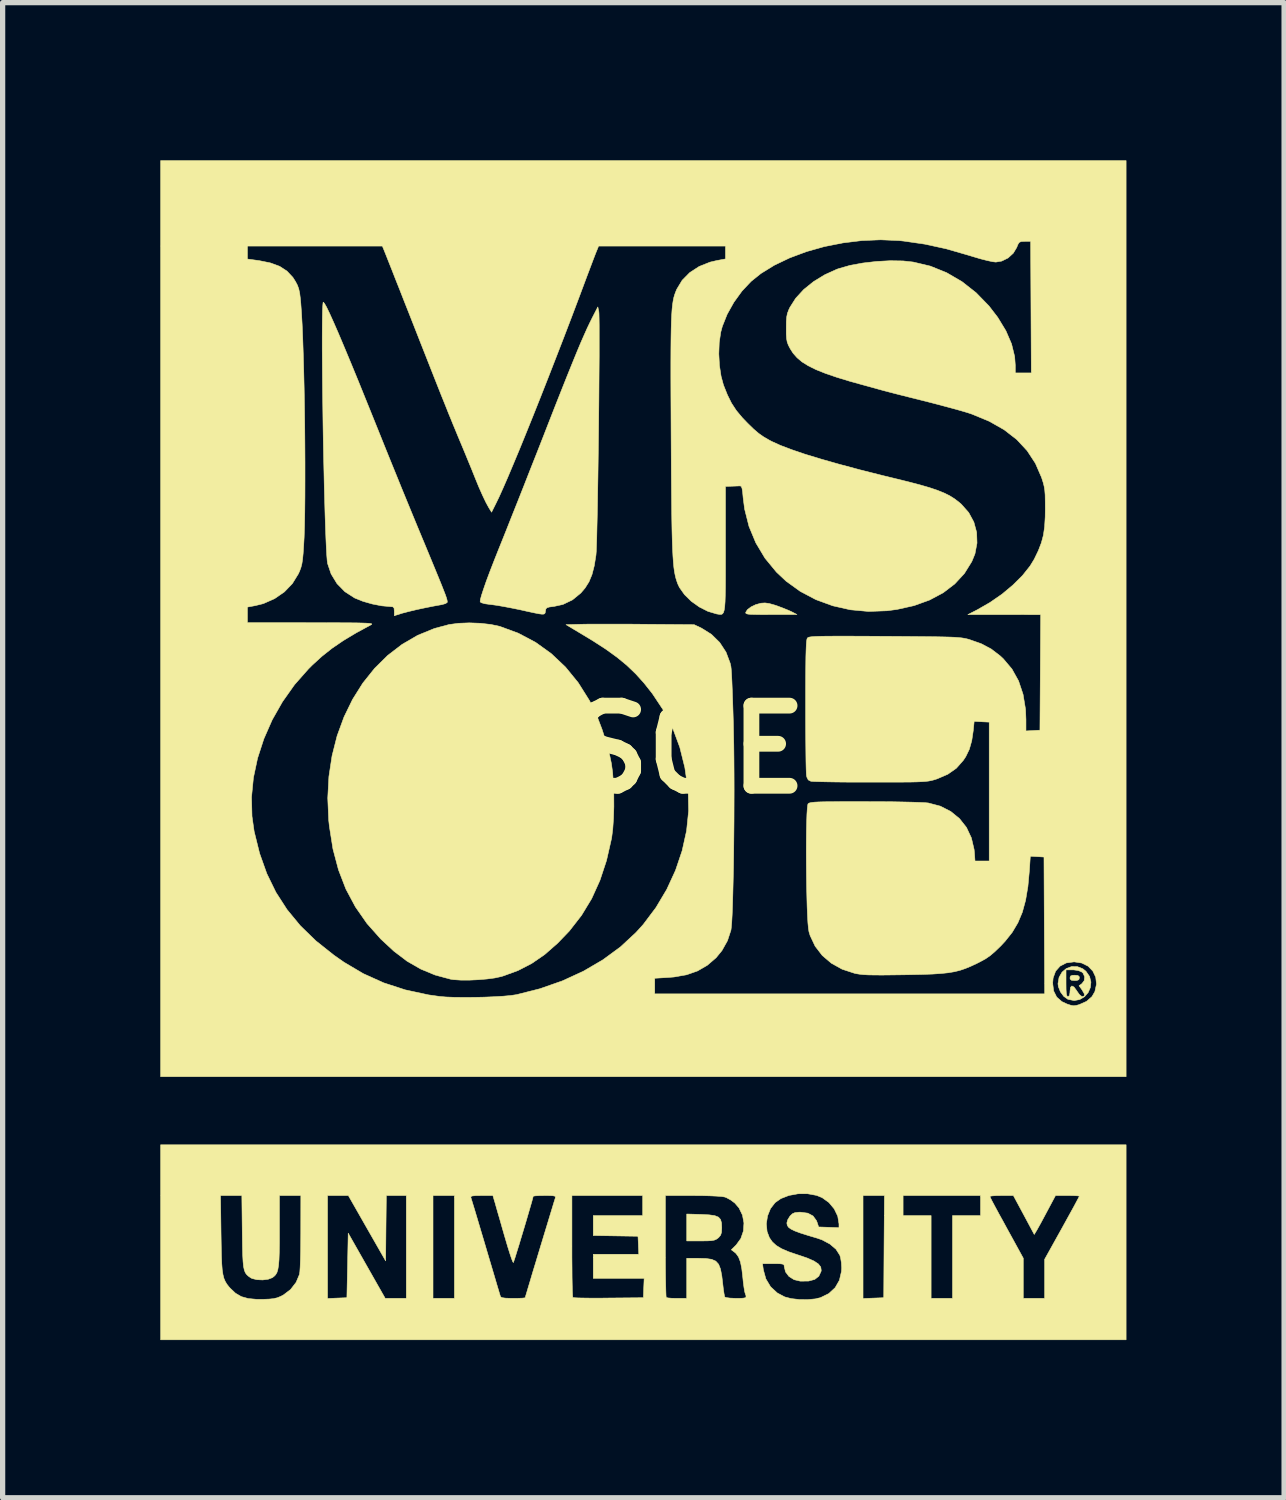
<source format=kicad_pcb>
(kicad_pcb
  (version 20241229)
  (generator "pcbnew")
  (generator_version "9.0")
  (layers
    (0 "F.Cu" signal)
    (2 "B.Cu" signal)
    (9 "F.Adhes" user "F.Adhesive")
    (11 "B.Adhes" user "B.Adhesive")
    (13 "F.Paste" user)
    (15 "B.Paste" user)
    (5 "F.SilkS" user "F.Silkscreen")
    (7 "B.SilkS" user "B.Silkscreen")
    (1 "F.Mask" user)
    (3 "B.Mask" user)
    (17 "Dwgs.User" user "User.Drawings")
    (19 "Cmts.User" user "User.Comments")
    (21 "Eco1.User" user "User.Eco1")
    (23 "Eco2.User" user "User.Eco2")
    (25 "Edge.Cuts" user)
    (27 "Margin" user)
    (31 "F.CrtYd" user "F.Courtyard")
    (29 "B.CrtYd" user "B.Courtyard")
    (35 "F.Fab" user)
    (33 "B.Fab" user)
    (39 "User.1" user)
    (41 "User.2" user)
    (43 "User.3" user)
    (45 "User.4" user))
  (footprint "MSOE"
    (layer "F.Cu")
    (at 9.174 11.206)
    (property "Reference" "MSOE" (at 0 0 0) (layer "F.SilkS") (effects (font (size 1.524 1.524) (thickness 0.3))))
    (attr through_hole)
    (fp_poly (pts (xy 8.278 4.298) (xy 8.303 4.32) (xy 8.306 4.343) (xy 8.296 4.378) (xy 8.257 4.393) (xy 8.217 4.394) (xy 8.156 4.389) (xy 8.131 4.366) (xy 8.128 4.343) (xy 8.138 4.308) (xy 8.177 4.294) (xy 8.217 4.293) (xy 8.278 4.298)) (stroke (width 0.01) (type solid)) (fill yes) (layer "F.SilkS"))
    (fp_poly (pts (xy 1.117 8.843) (xy 1.266 8.851) (xy 1.371 8.866) (xy 1.441 8.894) (xy 1.481 8.939) (xy 1.5 9.006) (xy 1.504 9.096) (xy 1.5 9.181) (xy 1.483 9.236) (xy 1.447 9.28) (xy 1.437 9.289) (xy 1.401 9.315) (xy 1.361 9.332) (xy 1.305 9.342) (xy 1.221 9.346) (xy 1.103 9.347) (xy 0.838 9.347) (xy 0.838 8.835) (xy 1.117 8.843)) (stroke (width 0.01) (type solid)) (fill yes) (layer "F.SilkS"))
    (fp_poly (pts (xy 2.406 -2.777) (xy 2.509 -2.748) (xy 2.56 -2.731) (xy 2.666 -2.691) (xy 2.765 -2.651) (xy 2.838 -2.618) (xy 2.845 -2.614) (xy 2.934 -2.568) (xy 2.443 -2.567) (xy 2.273 -2.566) (xy 2.148 -2.568) (xy 2.06 -2.57) (xy 2.004 -2.575) (xy 1.973 -2.583) (xy 1.961 -2.594) (xy 1.96 -2.609) (xy 1.992 -2.66) (xy 2.06 -2.712) (xy 2.149 -2.755) (xy 2.246 -2.782) (xy 2.251 -2.783) (xy 2.326 -2.788) (xy 2.406 -2.777)) (stroke (width 0.01) (type solid)) (fill yes) (layer "F.SilkS"))
    (fp_poly (pts (xy 8.266 4.129) (xy 8.371 4.17) (xy 8.431 4.218) (xy 8.5 4.317) (xy 8.526 4.423) (xy 8.515 4.527) (xy 8.473 4.623) (xy 8.404 4.702) (xy 8.314 4.755) (xy 8.208 4.775) (xy 8.091 4.752) (xy 8.086 4.75) (xy 8.01 4.696) (xy 7.946 4.61) (xy 7.907 4.512) (xy 7.899 4.455) (xy 7.92 4.333) (xy 7.977 4.234) (xy 8.028 4.191) (xy 8.052 4.191) (xy 8.052 4.445) (xy 8.053 4.563) (xy 8.058 4.639) (xy 8.067 4.681) (xy 8.082 4.698) (xy 8.09 4.699) (xy 8.116 4.682) (xy 8.127 4.627) (xy 8.128 4.597) (xy 8.137 4.524) (xy 8.163 4.497) (xy 8.203 4.517) (xy 8.253 4.584) (xy 8.261 4.597) (xy 8.306 4.66) (xy 8.349 4.695) (xy 8.363 4.699) (xy 8.401 4.686) (xy 8.4 4.647) (xy 8.36 4.577) (xy 8.354 4.568) (xy 8.3 4.492) (xy 8.354 4.454) (xy 8.398 4.396) (xy 8.406 4.323) (xy 8.377 4.255) (xy 8.351 4.231) (xy 8.289 4.205) (xy 8.202 4.192) (xy 8.173 4.191) (xy 8.052 4.191) (xy 8.028 4.191) (xy 8.059 4.165) (xy 8.159 4.128) (xy 8.266 4.129)) (stroke (width 0.01) (type solid)) (fill yes) (layer "F.SilkS"))
    (fp_poly (pts (xy -3.086 -2.401) (xy -2.886 -2.378) (xy -2.718 -2.342) (xy -2.365 -2.212) (xy -2.038 -2.039) (xy -1.739 -1.824) (xy -1.468 -1.568) (xy -1.226 -1.271) (xy -1.014 -0.934) (xy -0.957 -0.826) (xy -0.863 -0.619) (xy -0.772 -0.381) (xy -0.692 -0.131) (xy -0.627 0.112) (xy -0.595 0.267) (xy -0.572 0.434) (xy -0.557 0.636) (xy -0.549 0.859) (xy -0.548 1.088) (xy -0.555 1.31) (xy -0.569 1.512) (xy -0.59 1.678) (xy -0.593 1.694) (xy -0.688 2.111) (xy -0.813 2.489) (xy -0.97 2.836) (xy -1.163 3.154) (xy -1.394 3.451) (xy -1.618 3.684) (xy -1.863 3.899) (xy -2.11 4.069) (xy -2.371 4.204) (xy -2.656 4.308) (xy -2.694 4.319) (xy -2.813 4.345) (xy -2.964 4.365) (xy -3.133 4.379) (xy -3.305 4.387) (xy -3.465 4.386) (xy -3.598 4.377) (xy -3.656 4.368) (xy -3.949 4.289) (xy -4.221 4.176) (xy -4.48 4.027) (xy -4.733 3.835) (xy -4.982 3.604) (xy -5.244 3.309) (xy -5.464 2.993) (xy -5.645 2.654) (xy -5.786 2.288) (xy -5.891 1.892) (xy -5.959 1.462) (xy -5.972 1.343) (xy -5.99 0.923) (xy -5.968 0.514) (xy -5.908 0.119) (xy -5.812 -0.26) (xy -5.681 -0.618) (xy -5.518 -0.953) (xy -5.324 -1.262) (xy -5.101 -1.541) (xy -4.852 -1.788) (xy -4.577 -1.999) (xy -4.28 -2.172) (xy -3.962 -2.302) (xy -3.682 -2.377) (xy -3.502 -2.401) (xy -3.298 -2.409) (xy -3.086 -2.401)) (stroke (width 0.01) (type solid)) (fill yes) (layer "F.SilkS"))
    (fp_poly (pts (xy -6.053 -8.485) (xy -6.013 -8.415) (xy -5.956 -8.297) (xy -5.881 -8.131) (xy -5.788 -7.918) (xy -5.678 -7.658) (xy -5.55 -7.351) (xy -5.404 -6.996) (xy -5.241 -6.593) (xy -5.168 -6.413) (xy -5.025 -6.058) (xy -4.898 -5.742) (xy -4.783 -5.458) (xy -4.678 -5.2) (xy -4.58 -4.958) (xy -4.485 -4.727) (xy -4.391 -4.498) (xy -4.294 -4.263) (xy -4.192 -4.017) (xy -4.153 -3.924) (xy -4.047 -3.668) (xy -3.959 -3.455) (xy -3.887 -3.28) (xy -3.83 -3.14) (xy -3.787 -3.031) (xy -3.755 -2.949) (xy -3.734 -2.889) (xy -3.722 -2.847) (xy -3.717 -2.82) (xy -3.717 -2.804) (xy -3.72 -2.795) (xy -3.753 -2.775) (xy -3.815 -2.757) (xy -3.83 -2.754) (xy -3.985 -2.726) (xy -4.149 -2.693) (xy -4.309 -2.659) (xy -4.449 -2.625) (xy -4.557 -2.597) (xy -4.578 -2.591) (xy -4.724 -2.545) (xy -4.724 -2.632) (xy -4.729 -2.69) (xy -4.752 -2.714) (xy -4.807 -2.719) (xy -4.964 -2.733) (xy -5.143 -2.768) (xy -5.319 -2.818) (xy -5.471 -2.879) (xy -5.478 -2.882) (xy -5.663 -3.001) (xy -5.814 -3.155) (xy -5.926 -3.339) (xy -5.993 -3.537) (xy -6.001 -3.595) (xy -6.009 -3.697) (xy -6.017 -3.839) (xy -6.025 -4.015) (xy -6.033 -4.223) (xy -6.041 -4.458) (xy -6.048 -4.715) (xy -6.056 -4.991) (xy -6.062 -5.281) (xy -6.069 -5.581) (xy -6.075 -5.887) (xy -6.08 -6.195) (xy -6.084 -6.501) (xy -6.088 -6.8) (xy -6.091 -7.088) (xy -6.093 -7.361) (xy -6.095 -7.615) (xy -6.095 -7.845) (xy -6.094 -8.048) (xy -6.092 -8.22) (xy -6.089 -8.355) (xy -6.084 -8.45) (xy -6.079 -8.501) (xy -6.075 -8.509) (xy -6.053 -8.485)) (stroke (width 0.01) (type solid)) (fill yes) (layer "F.SilkS"))
    (fp_poly (pts (xy -0.834 -8.33) (xy -0.831 -8.288) (xy -0.829 -8.2) (xy -0.827 -8.071) (xy -0.827 -7.904) (xy -0.827 -7.704) (xy -0.827 -7.477) (xy -0.829 -7.226) (xy -0.831 -6.955) (xy -0.833 -6.67) (xy -0.836 -6.375) (xy -0.839 -6.075) (xy -0.843 -5.774) (xy -0.847 -5.476) (xy -0.851 -5.186) (xy -0.856 -4.909) (xy -0.86 -4.649) (xy -0.865 -4.411) (xy -0.87 -4.199) (xy -0.874 -4.018) (xy -0.879 -3.872) (xy -0.883 -3.765) (xy -0.888 -3.704) (xy -0.888 -3.7) (xy -0.921 -3.494) (xy -0.964 -3.328) (xy -1.021 -3.19) (xy -1.096 -3.071) (xy -1.177 -2.976) (xy -1.336 -2.846) (xy -1.517 -2.759) (xy -1.686 -2.722) (xy -1.772 -2.711) (xy -1.819 -2.697) (xy -1.841 -2.675) (xy -1.849 -2.636) (xy -1.85 -2.635) (xy -1.853 -2.607) (xy -1.861 -2.587) (xy -1.879 -2.576) (xy -1.915 -2.574) (xy -1.976 -2.582) (xy -2.067 -2.6) (xy -2.197 -2.628) (xy -2.321 -2.656) (xy -2.472 -2.687) (xy -2.623 -2.716) (xy -2.759 -2.74) (xy -2.866 -2.755) (xy -2.888 -2.757) (xy -3.004 -2.773) (xy -3.072 -2.793) (xy -3.091 -2.81) (xy -3.088 -2.849) (xy -3.066 -2.931) (xy -3.027 -3.05) (xy -2.974 -3.203) (xy -2.906 -3.385) (xy -2.826 -3.591) (xy -2.749 -3.785) (xy -2.677 -3.964) (xy -2.589 -4.184) (xy -2.489 -4.437) (xy -2.378 -4.715) (xy -2.26 -5.013) (xy -2.139 -5.322) (xy -2.015 -5.635) (xy -1.893 -5.946) (xy -1.8 -6.185) (xy -1.661 -6.54) (xy -1.538 -6.851) (xy -1.43 -7.122) (xy -1.335 -7.357) (xy -1.252 -7.56) (xy -1.179 -7.734) (xy -1.114 -7.882) (xy -1.057 -8.01) (xy -1.005 -8.119) (xy -0.957 -8.216) (xy -0.957 -8.216) (xy -0.853 -8.418) (xy -0.834 -8.33)) (stroke (width 0.01) (type solid)) (fill yes) (layer "F.SilkS"))
    (fp_poly (pts (xy 9.195 11.227) (xy -9.169 11.227) (xy -9.169 8.484) (xy -8.03 8.484) (xy -8.02 9.214) (xy -8.016 9.445) (xy -8.012 9.632) (xy -8.006 9.78) (xy -7.997 9.897) (xy -7.983 9.988) (xy -7.965 10.059) (xy -7.94 10.117) (xy -7.909 10.169) (xy -7.869 10.22) (xy -7.843 10.249) (xy -7.744 10.342) (xy -7.634 10.406) (xy -7.502 10.443) (xy -7.338 10.458) (xy -7.226 10.458) (xy -7.103 10.453) (xy -7.015 10.444) (xy -6.947 10.427) (xy -6.882 10.4) (xy -6.834 10.375) (xy -6.698 10.272) (xy -6.592 10.135) (xy -6.528 9.983) (xy -6.521 9.934) (xy -6.515 9.843) (xy -6.51 9.715) (xy -6.506 9.56) (xy -6.504 9.384) (xy -6.503 9.195) (xy -6.503 9.188) (xy -6.502 8.484) (xy -5.994 8.484) (xy -5.994 10.442) (xy -5.81 10.434) (xy -5.626 10.427) (xy -5.613 9.813) (xy -5.601 9.199) (xy -5.249 9.819) (xy -4.897 10.439) (xy -4.496 10.439) (xy -4.496 8.484) (xy -3.988 8.484) (xy -3.988 10.439) (xy -3.581 10.439) (xy -3.581 8.517) (xy -3.269 8.517) (xy -3.258 8.552) (xy -3.234 8.631) (xy -3.197 8.752) (xy -3.15 8.909) (xy -3.093 9.101) (xy -3.027 9.322) (xy -2.954 9.569) (xy -2.874 9.838) (xy -2.816 10.033) (xy -2.779 10.159) (xy -2.746 10.269) (xy -2.721 10.353) (xy -2.706 10.401) (xy -2.704 10.408) (xy -2.679 10.425) (xy -2.613 10.435) (xy -2.502 10.439) (xy -2.465 10.439) (xy -2.364 10.438) (xy -2.285 10.435) (xy -2.241 10.429) (xy -2.235 10.427) (xy -2.228 10.401) (xy -2.208 10.334) (xy -2.177 10.23) (xy -2.137 10.097) (xy -2.091 9.941) (xy -2.038 9.768) (xy -1.983 9.585) (xy -1.926 9.397) (xy -1.87 9.212) (xy -1.816 9.035) (xy -1.767 8.873) (xy -1.724 8.732) (xy -1.69 8.619) (xy -1.665 8.54) (xy -1.662 8.528) (xy -1.66 8.507) (xy -1.676 8.493) (xy -1.721 8.486) (xy -1.802 8.484) (xy -1.865 8.484) (xy -1.346 8.484) (xy -1.346 9.445) (xy -1.346 9.661) (xy -1.344 9.861) (xy -1.343 10.039) (xy -1.34 10.19) (xy -1.337 10.308) (xy -1.333 10.387) (xy -1.329 10.422) (xy -1.329 10.423) (xy -1.3 10.427) (xy -1.227 10.431) (xy -1.117 10.433) (xy -0.977 10.435) (xy -0.813 10.435) (xy -0.649 10.433) (xy 0.013 10.427) (xy 0.02 10.243) (xy 0.028 10.058) (xy -0.94 10.058) (xy -0.94 9.601) (xy -0.074 9.601) (xy -0.081 9.445) (xy 0.432 9.445) (xy 0.432 9.661) (xy 0.433 9.861) (xy 0.435 10.039) (xy 0.438 10.19) (xy 0.441 10.308) (xy 0.444 10.387) (xy 0.448 10.422) (xy 0.449 10.422) (xy 0.481 10.431) (xy 0.549 10.437) (xy 0.641 10.439) (xy 0.652 10.439) (xy 0.838 10.439) (xy 0.838 9.677) (xy 1.055 9.677) (xy 1.202 9.681) (xy 1.312 9.697) (xy 1.39 9.731) (xy 1.444 9.79) (xy 1.48 9.881) (xy 1.505 10.011) (xy 1.522 10.154) (xy 1.534 10.259) (xy 1.547 10.346) (xy 1.558 10.402) (xy 1.562 10.414) (xy 1.593 10.425) (xy 1.659 10.434) (xy 1.743 10.438) (xy 1.832 10.439) (xy 1.908 10.436) (xy 1.956 10.427) (xy 1.963 10.423) (xy 1.966 10.391) (xy 1.954 10.36) (xy 1.941 10.315) (xy 1.927 10.233) (xy 1.913 10.127) (xy 1.905 10.047) (xy 1.885 9.875) (xy 1.866 9.779) (xy 2.279 9.779) (xy 2.295 9.895) (xy 2.343 10.069) (xy 2.433 10.219) (xy 2.561 10.337) (xy 2.703 10.412) (xy 2.826 10.444) (xy 2.977 10.461) (xy 3.137 10.463) (xy 3.285 10.449) (xy 3.381 10.426) (xy 3.54 10.348) (xy 3.661 10.236) (xy 3.742 10.095) (xy 3.781 9.927) (xy 3.785 9.859) (xy 3.779 9.759) (xy 3.764 9.667) (xy 3.75 9.619) (xy 3.677 9.505) (xy 3.561 9.406) (xy 3.413 9.327) (xy 3.322 9.295) (xy 3.137 9.24) (xy 2.995 9.195) (xy 2.891 9.156) (xy 2.82 9.121) (xy 2.775 9.088) (xy 2.751 9.052) (xy 2.743 9.012) (xy 2.743 9.002) (xy 2.759 8.944) (xy 2.799 8.879) (xy 2.804 8.872) (xy 2.848 8.83) (xy 2.896 8.809) (xy 2.969 8.801) (xy 3.006 8.801) (xy 3.141 8.819) (xy 3.24 8.872) (xy 3.306 8.962) (xy 3.318 8.994) (xy 3.347 9.081) (xy 3.734 9.095) (xy 3.734 9.023) (xy 3.71 8.876) (xy 3.643 8.737) (xy 3.542 8.616) (xy 3.414 8.524) (xy 3.316 8.484) (xy 4.191 8.484) (xy 4.191 10.442) (xy 4.585 10.427) (xy 4.591 9.455) (xy 4.598 8.484) (xy 4.953 8.484) (xy 4.953 8.865) (xy 5.486 8.865) (xy 5.486 10.439) (xy 5.893 10.439) (xy 5.893 8.865) (xy 6.426 8.865) (xy 6.426 8.501) (xy 6.604 8.501) (xy 6.616 8.528) (xy 6.647 8.591) (xy 6.695 8.681) (xy 6.754 8.79) (xy 6.772 8.824) (xy 6.853 8.97) (xy 6.941 9.132) (xy 7.027 9.288) (xy 7.09 9.403) (xy 7.239 9.675) (xy 7.239 10.439) (xy 7.645 10.439) (xy 7.645 9.697) (xy 7.976 9.102) (xy 8.063 8.944) (xy 8.142 8.801) (xy 8.209 8.679) (xy 8.26 8.583) (xy 8.294 8.52) (xy 8.306 8.495) (xy 8.306 8.495) (xy 8.282 8.49) (xy 8.219 8.486) (xy 8.128 8.484) (xy 8.079 8.484) (xy 7.852 8.484) (xy 7.693 8.782) (xy 7.63 8.9) (xy 7.572 9.008) (xy 7.524 9.094) (xy 7.494 9.148) (xy 7.491 9.152) (xy 7.448 9.224) (xy 7.25 8.854) (xy 7.051 8.484) (xy 6.827 8.484) (xy 6.728 8.485) (xy 6.651 8.49) (xy 6.609 8.497) (xy 6.604 8.501) (xy 6.426 8.501) (xy 6.426 8.484) (xy 4.953 8.484) (xy 4.598 8.484) (xy 4.191 8.484) (xy 3.316 8.484) (xy 3.309 8.481) (xy 3.134 8.449) (xy 2.954 8.45) (xy 2.781 8.482) (xy 2.629 8.541) (xy 2.519 8.618) (xy 2.431 8.732) (xy 2.375 8.871) (xy 2.352 9.021) (xy 2.366 9.168) (xy 2.41 9.285) (xy 2.466 9.365) (xy 2.54 9.433) (xy 2.64 9.494) (xy 2.774 9.552) (xy 2.95 9.612) (xy 2.958 9.614) (xy 3.131 9.673) (xy 3.258 9.729) (xy 3.342 9.785) (xy 3.387 9.843) (xy 3.396 9.906) (xy 3.393 9.926) (xy 3.35 10.018) (xy 3.272 10.079) (xy 3.156 10.11) (xy 3 10.112) (xy 2.999 10.112) (xy 2.88 10.084) (xy 2.782 10.022) (xy 2.717 9.936) (xy 2.692 9.833) (xy 2.692 9.831) (xy 2.689 9.805) (xy 2.67 9.79) (xy 2.627 9.782) (xy 2.549 9.779) (xy 2.486 9.779) (xy 2.279 9.779) (xy 1.866 9.779) (xy 1.859 9.746) (xy 1.823 9.652) (xy 1.775 9.585) (xy 1.747 9.561) (xy 1.686 9.515) (xy 1.779 9.423) (xy 1.867 9.301) (xy 1.916 9.158) (xy 1.926 9.006) (xy 1.898 8.856) (xy 1.832 8.719) (xy 1.752 8.626) (xy 1.674 8.568) (xy 1.59 8.522) (xy 1.558 8.511) (xy 1.502 8.502) (xy 1.405 8.495) (xy 1.277 8.489) (xy 1.126 8.485) (xy 0.962 8.484) (xy 0.946 8.484) (xy 0.432 8.484) (xy 0.432 9.445) (xy -0.081 9.445) (xy -0.081 9.43) (xy -0.089 9.258) (xy -0.514 9.251) (xy -0.94 9.244) (xy -0.94 8.865) (xy 0 8.865) (xy 0 8.484) (xy -1.346 8.484) (xy -1.865 8.484) (xy -1.963 8.485) (xy -2.038 8.489) (xy -2.079 8.495) (xy -2.083 8.498) (xy -2.09 8.529) (xy -2.109 8.6) (xy -2.139 8.703) (xy -2.176 8.83) (xy -2.218 8.974) (xy -2.263 9.125) (xy -2.309 9.277) (xy -2.352 9.421) (xy -2.392 9.549) (xy -2.424 9.653) (xy -2.448 9.725) (xy -2.46 9.758) (xy -2.46 9.759) (xy -2.472 9.741) (xy -2.495 9.681) (xy -2.527 9.585) (xy -2.566 9.461) (xy -2.609 9.315) (xy -2.628 9.251) (xy -2.675 9.087) (xy -2.719 8.932) (xy -2.759 8.796) (xy -2.79 8.687) (xy -2.81 8.615) (xy -2.814 8.604) (xy -2.849 8.484) (xy -3.065 8.484) (xy -3.173 8.485) (xy -3.238 8.491) (xy -3.267 8.503) (xy -3.269 8.517) (xy -3.581 8.517) (xy -3.581 8.484) (xy -3.988 8.484) (xy -4.496 8.484) (xy -4.876 8.484) (xy -4.883 9.105) (xy -4.889 9.726) (xy -5.244 9.105) (xy -5.598 8.484) (xy -5.994 8.484) (xy -6.502 8.484) (xy -6.909 8.484) (xy -6.909 9.158) (xy -6.909 9.382) (xy -6.912 9.562) (xy -6.917 9.703) (xy -6.926 9.81) (xy -6.939 9.89) (xy -6.957 9.949) (xy -6.982 9.991) (xy -7.014 10.023) (xy -7.045 10.046) (xy -7.124 10.076) (xy -7.228 10.089) (xy -7.337 10.084) (xy -7.428 10.062) (xy -7.454 10.049) (xy -7.497 10.019) (xy -7.531 9.988) (xy -7.558 9.951) (xy -7.577 9.901) (xy -7.592 9.832) (xy -7.601 9.739) (xy -7.608 9.614) (xy -7.612 9.453) (xy -7.615 9.249) (xy -7.616 9.177) (xy -7.624 8.484) (xy -8.03 8.484) (xy -9.169 8.484) (xy -9.169 7.518) (xy 9.195 7.518) (xy 9.195 11.227)) (stroke (width 0.01) (type solid)) (fill yes) (layer "F.SilkS"))
    (fp_poly (pts (xy 9.195 6.223) (xy -9.169 6.223) (xy -9.169 -9.576) (xy -7.518 -9.576) (xy -7.518 -9.329) (xy -7.296 -9.299) (xy -7.08 -9.255) (xy -6.906 -9.191) (xy -6.766 -9.1) (xy -6.654 -8.981) (xy -6.604 -8.902) (xy -6.567 -8.832) (xy -6.542 -8.763) (xy -6.524 -8.68) (xy -6.51 -8.569) (xy -6.503 -8.492) (xy -6.49 -8.311) (xy -6.477 -8.085) (xy -6.466 -7.822) (xy -6.456 -7.527) (xy -6.447 -7.208) (xy -6.439 -6.87) (xy -6.433 -6.519) (xy -6.428 -6.163) (xy -6.425 -5.808) (xy -6.423 -5.459) (xy -6.423 -5.123) (xy -6.424 -4.808) (xy -6.427 -4.517) (xy -6.432 -4.26) (xy -6.439 -4.041) (xy -6.448 -3.881) (xy -6.458 -3.729) (xy -6.469 -3.617) (xy -6.482 -3.532) (xy -6.5 -3.462) (xy -6.524 -3.396) (xy -6.549 -3.341) (xy -6.663 -3.156) (xy -6.816 -2.997) (xy -7.002 -2.869) (xy -7.213 -2.776) (xy -7.367 -2.737) (xy -7.518 -2.709) (xy -7.518 -2.413) (xy -6.306 -2.412) (xy -6.026 -2.412) (xy -5.793 -2.411) (xy -5.604 -2.41) (xy -5.453 -2.409) (xy -5.338 -2.406) (xy -5.254 -2.403) (xy -5.198 -2.399) (xy -5.165 -2.394) (xy -5.152 -2.388) (xy -5.155 -2.38) (xy -5.169 -2.371) (xy -5.451 -2.218) (xy -5.694 -2.072) (xy -5.908 -1.926) (xy -6.101 -1.773) (xy -6.284 -1.606) (xy -6.356 -1.534) (xy -6.621 -1.234) (xy -6.851 -0.909) (xy -7.047 -0.564) (xy -7.205 -0.204) (xy -7.325 0.165) (xy -7.404 0.537) (xy -7.44 0.907) (xy -7.431 1.27) (xy -7.39 1.558) (xy -7.286 1.977) (xy -7.149 2.361) (xy -6.976 2.716) (xy -6.764 3.045) (xy -6.512 3.351) (xy -6.216 3.639) (xy -5.874 3.911) (xy -5.681 4.046) (xy -5.314 4.263) (xy -4.926 4.438) (xy -4.514 4.572) (xy -4.073 4.667) (xy -3.861 4.697) (xy -3.742 4.707) (xy -3.587 4.713) (xy -3.407 4.715) (xy -3.213 4.714) (xy -3.016 4.71) (xy -2.826 4.702) (xy -2.654 4.692) (xy -2.511 4.679) (xy -2.408 4.664) (xy -2.405 4.664) (xy -1.954 4.55) (xy -1.526 4.4) (xy -1.126 4.216) (xy -0.757 4) (xy -0.422 3.754) (xy -0.127 3.48) (xy 0.009 3.33) (xy 0.252 3.007) (xy 0.458 2.661) (xy 0.625 2.298) (xy 0.751 1.924) (xy 0.835 1.545) (xy 0.874 1.167) (xy 0.866 0.796) (xy 0.862 0.762) (xy 0.802 0.343) (xy 0.706 -0.042) (xy 0.573 -0.401) (xy 0.401 -0.737) (xy 0.188 -1.058) (xy 0.18 -1.069) (xy 0.025 -1.265) (xy -0.133 -1.44) (xy -0.301 -1.601) (xy -0.487 -1.754) (xy -0.7 -1.908) (xy -0.949 -2.069) (xy -1.091 -2.155) (xy -1.458 -2.375) (xy -1.18 -2.382) (xy -1.089 -2.384) (xy -0.955 -2.385) (xy -0.786 -2.385) (xy -0.59 -2.385) (xy -0.376 -2.385) (xy -0.151 -2.384) (xy 0.038 -2.382) (xy 0.978 -2.375) (xy 1.118 -2.309) (xy 1.307 -2.191) (xy 1.464 -2.037) (xy 1.585 -1.852) (xy 1.664 -1.642) (xy 1.677 -1.587) (xy 1.683 -1.536) (xy 1.69 -1.439) (xy 1.697 -1.303) (xy 1.704 -1.134) (xy 1.711 -0.938) (xy 1.718 -0.721) (xy 1.725 -0.488) (xy 1.728 -0.33) (xy 1.733 -0.086) (xy 1.736 0.18) (xy 1.738 0.463) (xy 1.739 0.758) (xy 1.738 1.06) (xy 1.737 1.364) (xy 1.734 1.665) (xy 1.731 1.959) (xy 1.727 2.24) (xy 1.721 2.503) (xy 1.715 2.744) (xy 1.709 2.958) (xy 1.702 3.14) (xy 1.694 3.284) (xy 1.685 3.387) (xy 1.679 3.435) (xy 1.613 3.636) (xy 1.508 3.824) (xy 1.396 3.961) (xy 1.228 4.105) (xy 1.043 4.212) (xy 0.834 4.285) (xy 0.593 4.327) (xy 0.49 4.335) (xy 0.229 4.351) (xy 0.229 4.648) (xy 7.646 4.648) (xy 7.645 4.445) (xy 7.798 4.445) (xy 7.817 4.593) (xy 7.875 4.709) (xy 7.973 4.795) (xy 8.069 4.84) (xy 8.145 4.865) (xy 8.197 4.874) (xy 8.25 4.867) (xy 8.303 4.852) (xy 8.441 4.791) (xy 8.545 4.701) (xy 8.601 4.604) (xy 8.632 4.462) (xy 8.617 4.33) (xy 8.562 4.214) (xy 8.472 4.121) (xy 8.351 4.061) (xy 8.207 4.039) (xy 8.206 4.039) (xy 8.057 4.059) (xy 7.939 4.12) (xy 7.854 4.216) (xy 7.807 4.345) (xy 7.798 4.445) (xy 7.645 4.445) (xy 7.639 3.346) (xy 7.633 2.045) (xy 7.503 2.037) (xy 7.373 2.03) (xy 7.355 2.304) (xy 7.327 2.607) (xy 7.283 2.868) (xy 7.221 3.095) (xy 7.137 3.295) (xy 7.029 3.477) (xy 6.894 3.647) (xy 6.81 3.737) (xy 6.701 3.842) (xy 6.61 3.92) (xy 6.52 3.982) (xy 6.415 4.039) (xy 6.35 4.072) (xy 6.238 4.124) (xy 6.136 4.166) (xy 6.036 4.2) (xy 5.931 4.226) (xy 5.814 4.246) (xy 5.678 4.26) (xy 5.516 4.271) (xy 5.32 4.278) (xy 5.084 4.283) (xy 4.966 4.285) (xy 4.738 4.288) (xy 4.554 4.29) (xy 4.407 4.289) (xy 4.292 4.287) (xy 4.201 4.282) (xy 4.127 4.274) (xy 4.064 4.264) (xy 4.029 4.256) (xy 3.794 4.179) (xy 3.589 4.065) (xy 3.416 3.918) (xy 3.28 3.741) (xy 3.185 3.539) (xy 3.163 3.467) (xy 3.153 3.404) (xy 3.143 3.299) (xy 3.135 3.161) (xy 3.128 2.993) (xy 3.123 2.803) (xy 3.118 2.598) (xy 3.115 2.382) (xy 3.113 2.163) (xy 3.112 1.947) (xy 3.113 1.739) (xy 3.115 1.547) (xy 3.119 1.376) (xy 3.124 1.233) (xy 3.131 1.123) (xy 3.139 1.054) (xy 3.146 1.032) (xy 3.159 1.022) (xy 3.181 1.014) (xy 3.217 1.007) (xy 3.272 1.001) (xy 3.35 0.997) (xy 3.456 0.994) (xy 3.594 0.993) (xy 3.77 0.991) (xy 3.988 0.991) (xy 4.226 0.991) (xy 4.477 0.992) (xy 4.712 0.993) (xy 4.924 0.997) (xy 5.108 1.001) (xy 5.259 1.006) (xy 5.369 1.011) (xy 5.435 1.017) (xy 5.436 1.018) (xy 5.661 1.077) (xy 5.859 1.178) (xy 6.026 1.314) (xy 6.159 1.483) (xy 6.252 1.681) (xy 6.304 1.902) (xy 6.31 1.965) (xy 6.321 2.121) (xy 6.591 2.121) (xy 6.591 -0.521) (xy 6.448 -0.528) (xy 6.305 -0.536) (xy 6.288 -0.363) (xy 6.259 -0.167) (xy 6.213 -0.005) (xy 6.145 0.136) (xy 6.097 0.208) (xy 5.966 0.356) (xy 5.804 0.47) (xy 5.605 0.556) (xy 5.576 0.566) (xy 5.53 0.58) (xy 5.486 0.591) (xy 5.438 0.6) (xy 5.38 0.607) (xy 5.307 0.612) (xy 5.215 0.616) (xy 5.097 0.619) (xy 4.948 0.62) (xy 4.763 0.621) (xy 4.537 0.621) (xy 4.331 0.621) (xy 4.1 0.621) (xy 3.884 0.62) (xy 3.687 0.618) (xy 3.516 0.615) (xy 3.375 0.612) (xy 3.272 0.609) (xy 3.21 0.605) (xy 3.197 0.603) (xy 3.149 0.578) (xy 3.123 0.526) (xy 3.115 0.489) (xy 3.112 0.445) (xy 3.109 0.356) (xy 3.106 0.226) (xy 3.104 0.062) (xy 3.102 -0.132) (xy 3.1 -0.349) (xy 3.099 -0.584) (xy 3.099 -0.833) (xy 3.099 -0.84) (xy 3.099 -1.137) (xy 3.1 -1.388) (xy 3.102 -1.594) (xy 3.104 -1.761) (xy 3.108 -1.891) (xy 3.112 -1.988) (xy 3.117 -2.056) (xy 3.124 -2.098) (xy 3.131 -2.117) (xy 3.141 -2.127) (xy 3.157 -2.135) (xy 3.184 -2.141) (xy 3.225 -2.146) (xy 3.286 -2.15) (xy 3.369 -2.153) (xy 3.478 -2.155) (xy 3.618 -2.156) (xy 3.792 -2.157) (xy 4.005 -2.156) (xy 4.261 -2.155) (xy 4.563 -2.153) (xy 4.598 -2.153) (xy 4.906 -2.151) (xy 5.167 -2.149) (xy 5.386 -2.147) (xy 5.568 -2.145) (xy 5.717 -2.142) (xy 5.837 -2.139) (xy 5.932 -2.135) (xy 6.008 -2.129) (xy 6.069 -2.123) (xy 6.118 -2.115) (xy 6.161 -2.106) (xy 6.201 -2.096) (xy 6.213 -2.092) (xy 6.438 -2.013) (xy 6.629 -1.912) (xy 6.801 -1.78) (xy 6.858 -1.727) (xy 7.023 -1.532) (xy 7.149 -1.306) (xy 7.235 -1.049) (xy 7.282 -0.765) (xy 7.29 -0.571) (xy 7.29 -0.353) (xy 7.556 -0.368) (xy 7.563 -1.467) (xy 7.57 -2.565) (xy 6.877 -2.566) (xy 6.185 -2.566) (xy 6.363 -2.657) (xy 6.605 -2.796) (xy 6.835 -2.955) (xy 7.043 -3.129) (xy 7.224 -3.309) (xy 7.368 -3.49) (xy 7.447 -3.619) (xy 7.526 -3.783) (xy 7.583 -3.931) (xy 7.622 -4.077) (xy 7.645 -4.237) (xy 7.656 -4.423) (xy 7.658 -4.572) (xy 7.657 -4.726) (xy 7.655 -4.842) (xy 7.648 -4.931) (xy 7.636 -5.005) (xy 7.618 -5.077) (xy 7.592 -5.158) (xy 7.587 -5.174) (xy 7.47 -5.443) (xy 7.313 -5.683) (xy 7.115 -5.896) (xy 6.875 -6.082) (xy 6.592 -6.243) (xy 6.266 -6.378) (xy 6.189 -6.404) (xy 6.099 -6.431) (xy 5.97 -6.468) (xy 5.811 -6.511) (xy 5.632 -6.559) (xy 5.443 -6.608) (xy 5.296 -6.645) (xy 5.116 -6.69) (xy 4.949 -6.732) (xy 4.803 -6.769) (xy 4.684 -6.8) (xy 4.6 -6.822) (xy 4.559 -6.833) (xy 4.501 -6.849) (xy 4.409 -6.875) (xy 4.3 -6.905) (xy 4.255 -6.917) (xy 3.951 -7.001) (xy 3.692 -7.08) (xy 3.476 -7.154) (xy 3.296 -7.226) (xy 3.149 -7.299) (xy 3.03 -7.373) (xy 2.936 -7.453) (xy 2.861 -7.538) (xy 2.806 -7.624) (xy 2.771 -7.691) (xy 2.749 -7.75) (xy 2.737 -7.816) (xy 2.731 -7.903) (xy 2.731 -8.014) (xy 2.732 -8.137) (xy 2.739 -8.226) (xy 2.753 -8.296) (xy 2.778 -8.362) (xy 2.8 -8.409) (xy 2.91 -8.582) (xy 3.062 -8.748) (xy 3.249 -8.899) (xy 3.463 -9.03) (xy 3.694 -9.135) (xy 3.733 -9.148) (xy 3.943 -9.208) (xy 4.187 -9.253) (xy 4.447 -9.283) (xy 4.708 -9.297) (xy 4.953 -9.293) (xy 5.145 -9.272) (xy 5.47 -9.195) (xy 5.78 -9.07) (xy 6.072 -8.9) (xy 6.342 -8.688) (xy 6.586 -8.437) (xy 6.753 -8.22) (xy 6.909 -7.963) (xy 7.016 -7.715) (xy 7.075 -7.475) (xy 7.087 -7.31) (xy 7.087 -7.163) (xy 7.392 -7.163) (xy 7.379 -9.665) (xy 7.268 -9.665) (xy 7.2 -9.662) (xy 7.161 -9.645) (xy 7.135 -9.602) (xy 7.115 -9.55) (xy 7.049 -9.44) (xy 6.949 -9.349) (xy 6.829 -9.29) (xy 6.717 -9.271) (xy 6.653 -9.279) (xy 6.551 -9.301) (xy 6.422 -9.334) (xy 6.277 -9.377) (xy 6.205 -9.399) (xy 5.776 -9.523) (xy 5.369 -9.612) (xy 4.97 -9.67) (xy 4.877 -9.68) (xy 4.526 -9.695) (xy 4.167 -9.68) (xy 3.808 -9.636) (xy 3.455 -9.566) (xy 3.115 -9.47) (xy 2.796 -9.351) (xy 2.505 -9.212) (xy 2.249 -9.054) (xy 2.061 -8.903) (xy 1.888 -8.719) (xy 1.734 -8.506) (xy 1.607 -8.279) (xy 1.515 -8.049) (xy 1.485 -7.938) (xy 1.456 -7.743) (xy 1.448 -7.526) (xy 1.46 -7.306) (xy 1.491 -7.1) (xy 1.536 -6.934) (xy 1.612 -6.744) (xy 1.69 -6.587) (xy 1.781 -6.448) (xy 1.895 -6.311) (xy 1.994 -6.208) (xy 2.109 -6.096) (xy 2.207 -6.012) (xy 2.303 -5.945) (xy 2.412 -5.882) (xy 2.458 -5.858) (xy 2.619 -5.785) (xy 2.829 -5.705) (xy 3.087 -5.617) (xy 3.393 -5.524) (xy 3.745 -5.424) (xy 4.141 -5.318) (xy 4.582 -5.207) (xy 4.788 -5.157) (xy 5.052 -5.092) (xy 5.273 -5.034) (xy 5.456 -4.981) (xy 5.607 -4.93) (xy 5.731 -4.88) (xy 5.837 -4.828) (xy 5.928 -4.771) (xy 6.011 -4.708) (xy 6.06 -4.666) (xy 6.201 -4.507) (xy 6.299 -4.326) (xy 6.352 -4.13) (xy 6.359 -3.927) (xy 6.32 -3.721) (xy 6.26 -3.575) (xy 6.119 -3.348) (xy 5.936 -3.15) (xy 5.715 -2.981) (xy 5.456 -2.843) (xy 5.162 -2.737) (xy 4.835 -2.664) (xy 4.646 -2.639) (xy 4.295 -2.626) (xy 3.949 -2.658) (xy 3.614 -2.734) (xy 3.294 -2.851) (xy 2.997 -3.008) (xy 2.728 -3.202) (xy 2.544 -3.375) (xy 2.326 -3.64) (xy 2.152 -3.931) (xy 2.022 -4.244) (xy 1.939 -4.573) (xy 1.911 -4.788) (xy 1.901 -4.898) (xy 1.89 -4.966) (xy 1.876 -5.002) (xy 1.857 -5.014) (xy 1.848 -5.014) (xy 1.796 -5.012) (xy 1.718 -5.009) (xy 1.689 -5.008) (xy 1.575 -5.004) (xy 1.575 -3.813) (xy 1.575 -3.527) (xy 1.575 -3.288) (xy 1.574 -3.091) (xy 1.571 -2.933) (xy 1.567 -2.81) (xy 1.56 -2.717) (xy 1.55 -2.65) (xy 1.537 -2.607) (xy 1.519 -2.581) (xy 1.497 -2.57) (xy 1.469 -2.569) (xy 1.436 -2.574) (xy 1.405 -2.579) (xy 1.241 -2.628) (xy 1.077 -2.711) (xy 0.924 -2.82) (xy 0.795 -2.947) (xy 0.699 -3.083) (xy 0.666 -3.153) (xy 0.648 -3.205) (xy 0.631 -3.259) (xy 0.617 -3.318) (xy 0.604 -3.386) (xy 0.593 -3.466) (xy 0.584 -3.561) (xy 0.576 -3.674) (xy 0.569 -3.809) (xy 0.563 -3.969) (xy 0.558 -4.157) (xy 0.554 -4.377) (xy 0.551 -4.632) (xy 0.548 -4.925) (xy 0.545 -5.26) (xy 0.543 -5.639) (xy 0.541 -5.981) (xy 0.539 -6.395) (xy 0.537 -6.761) (xy 0.536 -7.082) (xy 0.536 -7.363) (xy 0.537 -7.606) (xy 0.539 -7.815) (xy 0.542 -7.993) (xy 0.546 -8.143) (xy 0.552 -8.269) (xy 0.559 -8.373) (xy 0.568 -8.46) (xy 0.579 -8.532) (xy 0.591 -8.592) (xy 0.606 -8.645) (xy 0.623 -8.693) (xy 0.642 -8.74) (xy 0.648 -8.754) (xy 0.751 -8.925) (xy 0.895 -9.071) (xy 1.073 -9.187) (xy 1.281 -9.27) (xy 1.408 -9.3) (xy 1.575 -9.331) (xy 1.575 -9.576) (xy 0.369 -9.576) (xy -0.838 -9.576) (xy -0.877 -9.481) (xy -0.9 -9.424) (xy -0.936 -9.33) (xy -0.981 -9.211) (xy -1.032 -9.076) (xy -1.059 -9.005) (xy -1.204 -8.617) (xy -1.352 -8.225) (xy -1.502 -7.833) (xy -1.652 -7.446) (xy -1.8 -7.066) (xy -1.945 -6.698) (xy -2.085 -6.346) (xy -2.219 -6.014) (xy -2.344 -5.707) (xy -2.461 -5.427) (xy -2.565 -5.18) (xy -2.657 -4.969) (xy -2.734 -4.798) (xy -2.787 -4.689) (xy -2.874 -4.514) (xy -2.927 -4.6) (xy -2.982 -4.701) (xy -3.047 -4.837) (xy -3.118 -4.997) (xy -3.183 -5.156) (xy -3.212 -5.228) (xy -3.256 -5.338) (xy -3.313 -5.476) (xy -3.377 -5.632) (xy -3.446 -5.798) (xy -3.476 -5.869) (xy -3.524 -5.984) (xy -3.567 -6.089) (xy -3.608 -6.187) (xy -3.647 -6.284) (xy -3.688 -6.383) (xy -3.73 -6.489) (xy -3.777 -6.606) (xy -3.83 -6.737) (xy -3.89 -6.889) (xy -3.959 -7.063) (xy -4.039 -7.266) (xy -4.131 -7.5) (xy -4.238 -7.771) (xy -4.36 -8.082) (xy -4.443 -8.293) (xy -4.535 -8.525) (xy -4.621 -8.745) (xy -4.701 -8.946) (xy -4.771 -9.125) (xy -4.831 -9.276) (xy -4.878 -9.395) (xy -4.911 -9.477) (xy -4.927 -9.517) (xy -4.928 -9.519) (xy -4.952 -9.576) (xy -7.518 -9.576) (xy -9.169 -9.576) (xy -9.169 -11.201) (xy 9.195 -11.201) (xy 9.195 6.223)) (stroke (width 0.01) (type solid)) (fill yes) (layer "F.SilkS")))
  (gr_rect
    (start -3 -3)
    (end 21.374 25.438)
    (stroke (width 0.1) (type default))
    (fill no)
    (layer "Edge.Cuts")))
</source>
